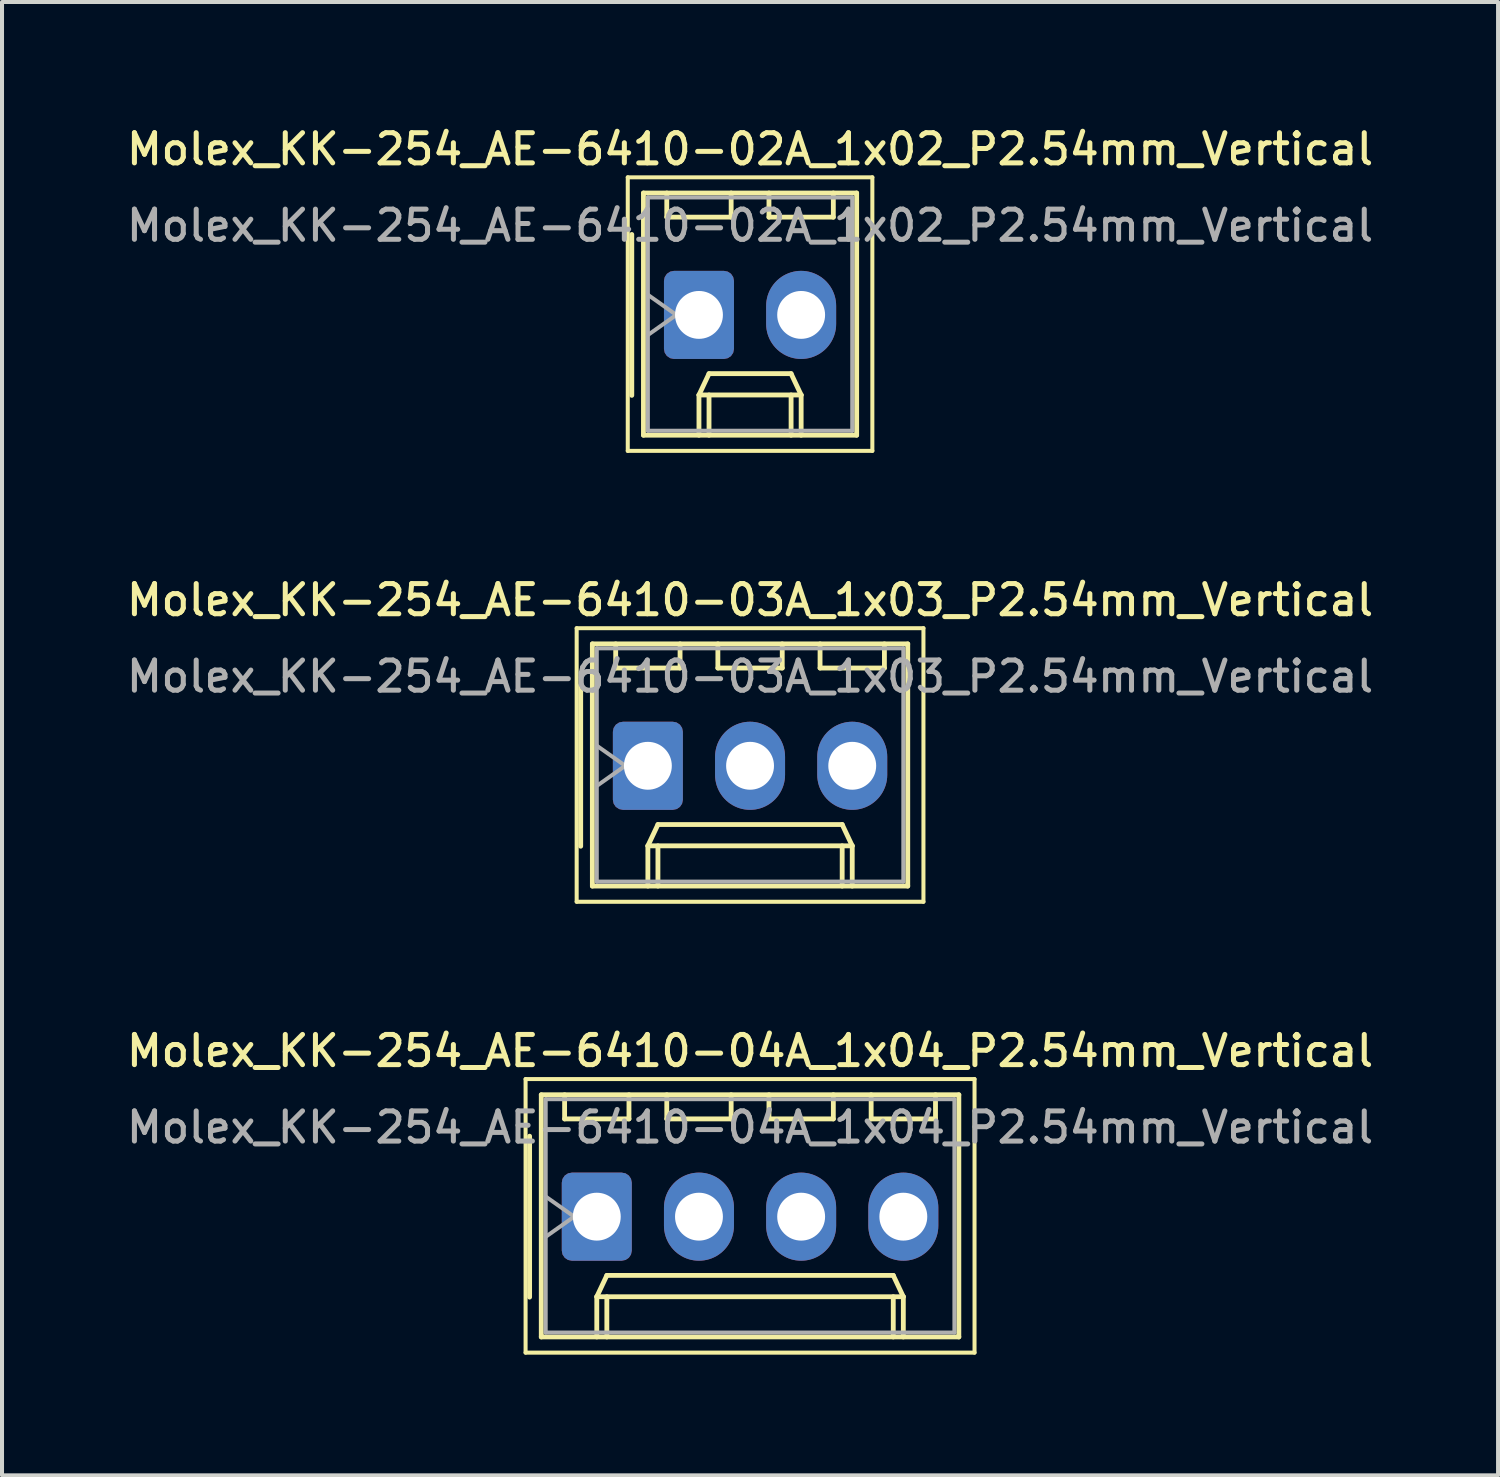
<source format=kicad_pcb>
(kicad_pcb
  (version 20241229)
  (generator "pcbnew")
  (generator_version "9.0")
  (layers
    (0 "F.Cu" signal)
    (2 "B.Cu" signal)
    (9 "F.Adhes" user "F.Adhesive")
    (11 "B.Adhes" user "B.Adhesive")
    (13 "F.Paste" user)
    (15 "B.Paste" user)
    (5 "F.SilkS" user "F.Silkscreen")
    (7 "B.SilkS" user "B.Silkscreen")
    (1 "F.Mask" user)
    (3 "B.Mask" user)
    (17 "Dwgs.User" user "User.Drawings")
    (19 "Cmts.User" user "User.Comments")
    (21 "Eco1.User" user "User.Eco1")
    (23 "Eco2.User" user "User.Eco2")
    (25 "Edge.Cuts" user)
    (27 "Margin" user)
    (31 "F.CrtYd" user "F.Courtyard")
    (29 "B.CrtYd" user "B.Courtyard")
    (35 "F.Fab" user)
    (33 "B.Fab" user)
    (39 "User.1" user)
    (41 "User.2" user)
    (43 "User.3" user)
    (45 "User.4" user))
  (footprint "Molex_KK-254_AE-6410-04A_1x04_P2.54mm_Vertical"
    (layer "F.Cu")
    (at 11.785 27.194)
    (property "Reference" "Molex_KK-254_AE-6410-04A_1x04_P2.54mm_Vertical" (at 3.81 -4.12 0) (layer "F.SilkS") (effects (font (size 0.75 0.75) (thickness 0.125))))
    (attr through_hole)
    (fp_line (start -1.77 -3.42) (end -1.77 3.38) (stroke (width 0.1) (type solid)) (layer "F.SilkS"))
    (fp_line (start -1.77 3.38) (end 9.39 3.38) (stroke (width 0.1) (type solid)) (layer "F.SilkS"))
    (fp_line (start -1.67 -2) (end -1.67 2) (stroke (width 0.12) (type solid)) (layer "F.SilkS"))
    (fp_line (start -1.38 -3.03) (end -1.38 2.99) (stroke (width 0.12) (type solid)) (layer "F.SilkS"))
    (fp_line (start -1.38 2.99) (end 9 2.99) (stroke (width 0.12) (type solid)) (layer "F.SilkS"))
    (fp_line (start -0.8 -3.03) (end -0.8 -2.43) (stroke (width 0.12) (type solid)) (layer "F.SilkS"))
    (fp_line (start -0.8 -2.43) (end 0.8 -2.43) (stroke (width 0.12) (type solid)) (layer "F.SilkS"))
    (fp_line (start 0 1.99) (end 0.25 1.46) (stroke (width 0.12) (type solid)) (layer "F.SilkS"))
    (fp_line (start 0 1.99) (end 7.62 1.99) (stroke (width 0.12) (type solid)) (layer "F.SilkS"))
    (fp_line (start 0 2.99) (end 0 1.99) (stroke (width 0.12) (type solid)) (layer "F.SilkS"))
    (fp_line (start 0.25 1.46) (end 7.37 1.46) (stroke (width 0.12) (type solid)) (layer "F.SilkS"))
    (fp_line (start 0.25 2.99) (end 0.25 1.99) (stroke (width 0.12) (type solid)) (layer "F.SilkS"))
    (fp_line (start 0.8 -2.43) (end 0.8 -3.03) (stroke (width 0.12) (type solid)) (layer "F.SilkS"))
    (fp_line (start 1.74 -3.03) (end 1.74 -2.43) (stroke (width 0.12) (type solid)) (layer "F.SilkS"))
    (fp_line (start 1.74 -2.43) (end 3.34 -2.43) (stroke (width 0.12) (type solid)) (layer "F.SilkS"))
    (fp_line (start 3.34 -2.43) (end 3.34 -3.03) (stroke (width 0.12) (type solid)) (layer "F.SilkS"))
    (fp_line (start 4.28 -3.03) (end 4.28 -2.43) (stroke (width 0.12) (type solid)) (layer "F.SilkS"))
    (fp_line (start 4.28 -2.43) (end 5.88 -2.43) (stroke (width 0.12) (type solid)) (layer "F.SilkS"))
    (fp_line (start 5.88 -2.43) (end 5.88 -3.03) (stroke (width 0.12) (type solid)) (layer "F.SilkS"))
    (fp_line (start 6.82 -3.03) (end 6.82 -2.43) (stroke (width 0.12) (type solid)) (layer "F.SilkS"))
    (fp_line (start 6.82 -2.43) (end 8.42 -2.43) (stroke (width 0.12) (type solid)) (layer "F.SilkS"))
    (fp_line (start 7.37 1.46) (end 7.62 1.99) (stroke (width 0.12) (type solid)) (layer "F.SilkS"))
    (fp_line (start 7.37 2.99) (end 7.37 1.99) (stroke (width 0.12) (type solid)) (layer "F.SilkS"))
    (fp_line (start 7.62 1.99) (end 7.62 2.99) (stroke (width 0.12) (type solid)) (layer "F.SilkS"))
    (fp_line (start 8.42 -2.43) (end 8.42 -3.03) (stroke (width 0.12) (type solid)) (layer "F.SilkS"))
    (fp_line (start 9 -3.03) (end -1.38 -3.03) (stroke (width 0.12) (type solid)) (layer "F.SilkS"))
    (fp_line (start 9 2.99) (end 9 -3.03) (stroke (width 0.12) (type solid)) (layer "F.SilkS"))
    (fp_line (start 9.39 -3.42) (end -1.77 -3.42) (stroke (width 0.1) (type solid)) (layer "F.SilkS"))
    (fp_line (start 9.39 3.38) (end 9.39 -3.42) (stroke (width 0.1) (type solid)) (layer "F.SilkS"))
    (fp_line (start -1.27 -2.92) (end -1.27 2.88) (stroke (width 0.1) (type solid)) (layer "F.Fab"))
    (fp_line (start -1.27 -0.5) (end -0.563 0) (stroke (width 0.1) (type solid)) (layer "F.Fab"))
    (fp_line (start -1.27 2.88) (end 8.89 2.88) (stroke (width 0.1) (type solid)) (layer "F.Fab"))
    (fp_line (start -0.563 0) (end -1.27 0.5) (stroke (width 0.1) (type solid)) (layer "F.Fab"))
    (fp_line (start 8.89 -2.92) (end -1.27 -2.92) (stroke (width 0.1) (type solid)) (layer "F.Fab"))
    (fp_line (start 8.89 2.88) (end 8.89 -2.92) (stroke (width 0.1) (type solid)) (layer "F.Fab"))
    (fp_text user "${REFERENCE}" (at 3.81 -2.22 0) (layer "F.Fab") (effects (font (size 0.75 0.75) (thickness 0.125))))
    (pad "1" thru_hole roundrect (at 0 0) (size 1.74 2.19) (drill 1.19) (layers "*.Cu" "*.Mask") (roundrect_rratio 0.144))
    (pad "2" thru_hole oval (at 2.54 0) (size 1.74 2.19) (drill 1.19) (layers "*.Cu" "*.Mask"))
    (pad "3" thru_hole oval (at 5.08 0) (size 1.74 2.19) (drill 1.19) (layers "*.Cu" "*.Mask"))
    (pad "4" thru_hole oval (at 7.62 0) (size 1.74 2.19) (drill 1.19) (layers "*.Cu" "*.Mask")))
  (footprint "Molex_KK-254_AE-6410-02A_1x02_P2.54mm_Vertical"
    (layer "F.Cu")
    (at 14.325 4.778)
    (property "Reference" "Molex_KK-254_AE-6410-02A_1x02_P2.54mm_Vertical" (at 1.27 -4.12 0) (layer "F.SilkS") (effects (font (size 0.75 0.75) (thickness 0.125))))
    (attr through_hole)
    (fp_line (start -1.77 -3.42) (end -1.77 3.38) (stroke (width 0.1) (type solid)) (layer "F.SilkS"))
    (fp_line (start -1.77 3.38) (end 4.31 3.38) (stroke (width 0.1) (type solid)) (layer "F.SilkS"))
    (fp_line (start -1.67 -2) (end -1.67 2) (stroke (width 0.12) (type solid)) (layer "F.SilkS"))
    (fp_line (start -1.38 -3.03) (end -1.38 2.99) (stroke (width 0.12) (type solid)) (layer "F.SilkS"))
    (fp_line (start -1.38 2.99) (end 3.92 2.99) (stroke (width 0.12) (type solid)) (layer "F.SilkS"))
    (fp_line (start -0.8 -3.03) (end -0.8 -2.43) (stroke (width 0.12) (type solid)) (layer "F.SilkS"))
    (fp_line (start -0.8 -2.43) (end 0.8 -2.43) (stroke (width 0.12) (type solid)) (layer "F.SilkS"))
    (fp_line (start 0 1.99) (end 0.25 1.46) (stroke (width 0.12) (type solid)) (layer "F.SilkS"))
    (fp_line (start 0 1.99) (end 2.54 1.99) (stroke (width 0.12) (type solid)) (layer "F.SilkS"))
    (fp_line (start 0 2.99) (end 0 1.99) (stroke (width 0.12) (type solid)) (layer "F.SilkS"))
    (fp_line (start 0.25 1.46) (end 2.29 1.46) (stroke (width 0.12) (type solid)) (layer "F.SilkS"))
    (fp_line (start 0.25 2.99) (end 0.25 1.99) (stroke (width 0.12) (type solid)) (layer "F.SilkS"))
    (fp_line (start 0.8 -2.43) (end 0.8 -3.03) (stroke (width 0.12) (type solid)) (layer "F.SilkS"))
    (fp_line (start 1.74 -3.03) (end 1.74 -2.43) (stroke (width 0.12) (type solid)) (layer "F.SilkS"))
    (fp_line (start 1.74 -2.43) (end 3.34 -2.43) (stroke (width 0.12) (type solid)) (layer "F.SilkS"))
    (fp_line (start 2.29 1.46) (end 2.54 1.99) (stroke (width 0.12) (type solid)) (layer "F.SilkS"))
    (fp_line (start 2.29 2.99) (end 2.29 1.99) (stroke (width 0.12) (type solid)) (layer "F.SilkS"))
    (fp_line (start 2.54 1.99) (end 2.54 2.99) (stroke (width 0.12) (type solid)) (layer "F.SilkS"))
    (fp_line (start 3.34 -2.43) (end 3.34 -3.03) (stroke (width 0.12) (type solid)) (layer "F.SilkS"))
    (fp_line (start 3.92 -3.03) (end -1.38 -3.03) (stroke (width 0.12) (type solid)) (layer "F.SilkS"))
    (fp_line (start 3.92 2.99) (end 3.92 -3.03) (stroke (width 0.12) (type solid)) (layer "F.SilkS"))
    (fp_line (start 4.31 -3.42) (end -1.77 -3.42) (stroke (width 0.1) (type solid)) (layer "F.SilkS"))
    (fp_line (start 4.31 3.38) (end 4.31 -3.42) (stroke (width 0.1) (type solid)) (layer "F.SilkS"))
    (fp_line (start -1.27 -2.92) (end -1.27 2.88) (stroke (width 0.1) (type solid)) (layer "F.Fab"))
    (fp_line (start -1.27 -0.5) (end -0.563 0) (stroke (width 0.1) (type solid)) (layer "F.Fab"))
    (fp_line (start -1.27 2.88) (end 3.81 2.88) (stroke (width 0.1) (type solid)) (layer "F.Fab"))
    (fp_line (start -0.563 0) (end -1.27 0.5) (stroke (width 0.1) (type solid)) (layer "F.Fab"))
    (fp_line (start 3.81 -2.92) (end -1.27 -2.92) (stroke (width 0.1) (type solid)) (layer "F.Fab"))
    (fp_line (start 3.81 2.88) (end 3.81 -2.92) (stroke (width 0.1) (type solid)) (layer "F.Fab"))
    (fp_text user "${REFERENCE}" (at 1.27 -2.22 0) (layer "F.Fab") (effects (font (size 0.75 0.75) (thickness 0.125))))
    (pad "1" thru_hole roundrect (at 0 0) (size 1.74 2.19) (drill 1.19) (layers "*.Cu" "*.Mask") (roundrect_rratio 0.144))
    (pad "2" thru_hole oval (at 2.54 0) (size 1.74 2.19) (drill 1.19) (layers "*.Cu" "*.Mask")))
  (footprint "Molex_KK-254_AE-6410-03A_1x03_P2.54mm_Vertical"
    (layer "F.Cu")
    (at 13.055 15.986)
    (property "Reference" "Molex_KK-254_AE-6410-03A_1x03_P2.54mm_Vertical" (at 2.54 -4.12 0) (layer "F.SilkS") (effects (font (size 0.75 0.75) (thickness 0.125))))
    (attr through_hole)
    (fp_line (start -1.77 -3.42) (end -1.77 3.38) (stroke (width 0.1) (type solid)) (layer "F.SilkS"))
    (fp_line (start -1.77 3.38) (end 6.85 3.38) (stroke (width 0.1) (type solid)) (layer "F.SilkS"))
    (fp_line (start -1.67 -2) (end -1.67 2) (stroke (width 0.12) (type solid)) (layer "F.SilkS"))
    (fp_line (start -1.38 -3.03) (end -1.38 2.99) (stroke (width 0.12) (type solid)) (layer "F.SilkS"))
    (fp_line (start -1.38 2.99) (end 6.46 2.99) (stroke (width 0.12) (type solid)) (layer "F.SilkS"))
    (fp_line (start -0.8 -3.03) (end -0.8 -2.43) (stroke (width 0.12) (type solid)) (layer "F.SilkS"))
    (fp_line (start -0.8 -2.43) (end 0.8 -2.43) (stroke (width 0.12) (type solid)) (layer "F.SilkS"))
    (fp_line (start 0 1.99) (end 0.25 1.46) (stroke (width 0.12) (type solid)) (layer "F.SilkS"))
    (fp_line (start 0 1.99) (end 5.08 1.99) (stroke (width 0.12) (type solid)) (layer "F.SilkS"))
    (fp_line (start 0 2.99) (end 0 1.99) (stroke (width 0.12) (type solid)) (layer "F.SilkS"))
    (fp_line (start 0.25 1.46) (end 4.83 1.46) (stroke (width 0.12) (type solid)) (layer "F.SilkS"))
    (fp_line (start 0.25 2.99) (end 0.25 1.99) (stroke (width 0.12) (type solid)) (layer "F.SilkS"))
    (fp_line (start 0.8 -2.43) (end 0.8 -3.03) (stroke (width 0.12) (type solid)) (layer "F.SilkS"))
    (fp_line (start 1.74 -3.03) (end 1.74 -2.43) (stroke (width 0.12) (type solid)) (layer "F.SilkS"))
    (fp_line (start 1.74 -2.43) (end 3.34 -2.43) (stroke (width 0.12) (type solid)) (layer "F.SilkS"))
    (fp_line (start 3.34 -2.43) (end 3.34 -3.03) (stroke (width 0.12) (type solid)) (layer "F.SilkS"))
    (fp_line (start 4.28 -3.03) (end 4.28 -2.43) (stroke (width 0.12) (type solid)) (layer "F.SilkS"))
    (fp_line (start 4.28 -2.43) (end 5.88 -2.43) (stroke (width 0.12) (type solid)) (layer "F.SilkS"))
    (fp_line (start 4.83 1.46) (end 5.08 1.99) (stroke (width 0.12) (type solid)) (layer "F.SilkS"))
    (fp_line (start 4.83 2.99) (end 4.83 1.99) (stroke (width 0.12) (type solid)) (layer "F.SilkS"))
    (fp_line (start 5.08 1.99) (end 5.08 2.99) (stroke (width 0.12) (type solid)) (layer "F.SilkS"))
    (fp_line (start 5.88 -2.43) (end 5.88 -3.03) (stroke (width 0.12) (type solid)) (layer "F.SilkS"))
    (fp_line (start 6.46 -3.03) (end -1.38 -3.03) (stroke (width 0.12) (type solid)) (layer "F.SilkS"))
    (fp_line (start 6.46 2.99) (end 6.46 -3.03) (stroke (width 0.12) (type solid)) (layer "F.SilkS"))
    (fp_line (start 6.85 -3.42) (end -1.77 -3.42) (stroke (width 0.1) (type solid)) (layer "F.SilkS"))
    (fp_line (start 6.85 3.38) (end 6.85 -3.42) (stroke (width 0.1) (type solid)) (layer "F.SilkS"))
    (fp_line (start -1.27 -2.92) (end -1.27 2.88) (stroke (width 0.1) (type solid)) (layer "F.Fab"))
    (fp_line (start -1.27 -0.5) (end -0.563 0) (stroke (width 0.1) (type solid)) (layer "F.Fab"))
    (fp_line (start -1.27 2.88) (end 6.35 2.88) (stroke (width 0.1) (type solid)) (layer "F.Fab"))
    (fp_line (start -0.563 0) (end -1.27 0.5) (stroke (width 0.1) (type solid)) (layer "F.Fab"))
    (fp_line (start 6.35 -2.92) (end -1.27 -2.92) (stroke (width 0.1) (type solid)) (layer "F.Fab"))
    (fp_line (start 6.35 2.88) (end 6.35 -2.92) (stroke (width 0.1) (type solid)) (layer "F.Fab"))
    (fp_text user "${REFERENCE}" (at 2.54 -2.22 0) (layer "F.Fab") (effects (font (size 0.75 0.75) (thickness 0.125))))
    (pad "1" thru_hole roundrect (at 0 0) (size 1.74 2.19) (drill 1.19) (layers "*.Cu" "*.Mask") (roundrect_rratio 0.144))
    (pad "2" thru_hole oval (at 2.54 0) (size 1.74 2.19) (drill 1.19) (layers "*.Cu" "*.Mask"))
    (pad "3" thru_hole oval (at 5.08 0) (size 1.74 2.19) (drill 1.19) (layers "*.Cu" "*.Mask")))
  (gr_rect
    (start -3 -3)
    (end 34.189 33.624)
    (stroke (width 0.1) (type default))
    (fill no)
    (layer "Edge.Cuts")))
</source>
